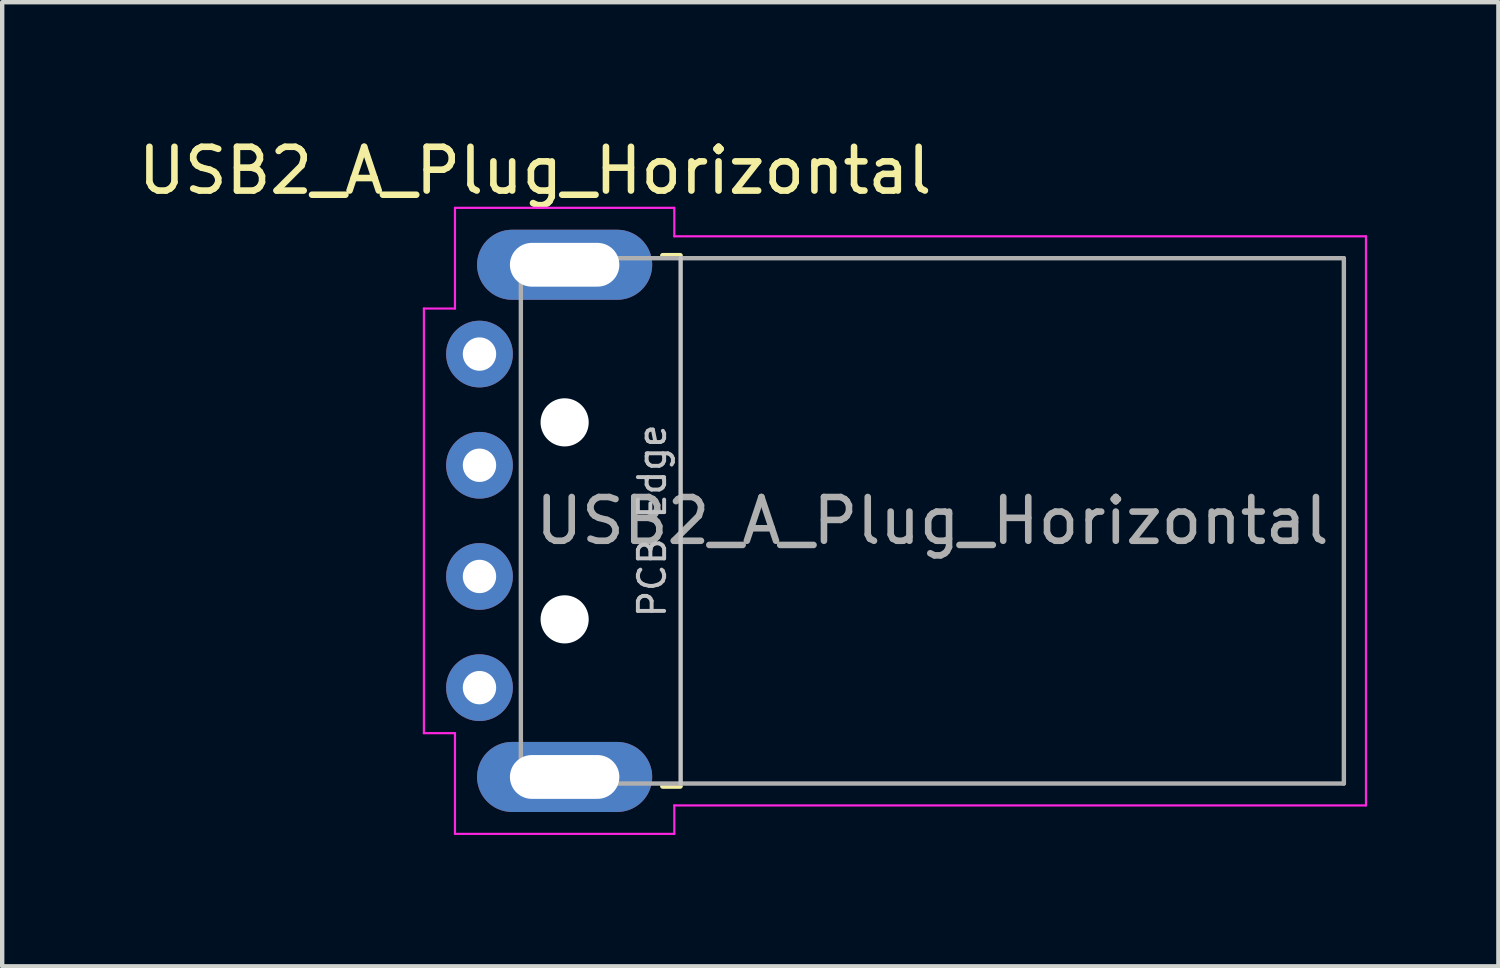
<source format=kicad_pcb>
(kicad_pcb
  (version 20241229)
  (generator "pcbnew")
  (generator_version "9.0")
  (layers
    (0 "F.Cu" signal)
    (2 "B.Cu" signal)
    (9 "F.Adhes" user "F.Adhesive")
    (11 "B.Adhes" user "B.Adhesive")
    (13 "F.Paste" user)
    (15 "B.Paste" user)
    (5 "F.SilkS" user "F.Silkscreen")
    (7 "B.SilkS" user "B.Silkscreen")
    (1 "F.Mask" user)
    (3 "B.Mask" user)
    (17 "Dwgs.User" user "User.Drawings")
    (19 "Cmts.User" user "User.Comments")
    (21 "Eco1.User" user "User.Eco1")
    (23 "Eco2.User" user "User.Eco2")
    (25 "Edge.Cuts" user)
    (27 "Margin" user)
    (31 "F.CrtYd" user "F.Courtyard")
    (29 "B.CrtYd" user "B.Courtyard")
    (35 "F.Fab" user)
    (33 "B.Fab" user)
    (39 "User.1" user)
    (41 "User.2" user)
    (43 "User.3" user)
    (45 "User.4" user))
  (footprint "USB2_A_Plug_Horizontal"
    (layer "F.Cu")
    (at 9.173 8.848)
    (property "Reference" "USB2_A_Plug_Horizontal" (at 0 -8 0) (layer "F.SilkS") (effects (font (size 1 1) (thickness 0.15))))
    (attr smd)
    (fp_line (start 3.315 -6.06) (end 2.915 -6.06) (stroke (width 0.12) (type solid)) (layer "F.SilkS"))
    (fp_line (start 3.315 6.06) (end 2.915 6.06) (stroke (width 0.12) (type solid)) (layer "F.SilkS"))
    (fp_line (start 3.325 6) (end 3.325 -6) (stroke (width 0.1) (type solid)) (layer "Dwgs.User"))
    (fp_line (start -2.54 -4.85) (end -2.54 4.85) (stroke (width 0.05) (type solid)) (layer "F.CrtYd"))
    (fp_line (start -1.83 -7.15) (end -1.83 -4.85) (stroke (width 0.05) (type solid)) (layer "F.CrtYd"))
    (fp_line (start -1.83 -4.85) (end -2.54 -4.85) (stroke (width 0.05) (type solid)) (layer "F.CrtYd"))
    (fp_line (start -1.83 4.85) (end -2.54 4.85) (stroke (width 0.05) (type solid)) (layer "F.CrtYd"))
    (fp_line (start -1.83 7.15) (end -1.83 4.85) (stroke (width 0.05) (type solid)) (layer "F.CrtYd"))
    (fp_line (start 3.18 -7.15) (end -1.83 -7.15) (stroke (width 0.05) (type solid)) (layer "F.CrtYd"))
    (fp_line (start 3.18 -6.5) (end 3.18 -7.15) (stroke (width 0.05) (type solid)) (layer "F.CrtYd"))
    (fp_line (start 3.18 6.5) (end 3.18 7.15) (stroke (width 0.05) (type solid)) (layer "F.CrtYd"))
    (fp_line (start 3.18 7.15) (end -1.83 7.15) (stroke (width 0.05) (type solid)) (layer "F.CrtYd"))
    (fp_line (start 18.98 -6.5) (end 3.18 -6.5) (stroke (width 0.05) (type solid)) (layer "F.CrtYd"))
    (fp_line (start 18.98 6.5) (end 3.18 6.5) (stroke (width 0.05) (type solid)) (layer "F.CrtYd"))
    (fp_line (start 18.98 6.5) (end 18.98 -6.5) (stroke (width 0.05) (type solid)) (layer "F.CrtYd"))
    (fp_line (start -0.325 6) (end -0.325 -6) (stroke (width 0.1) (type solid)) (layer "F.Fab"))
    (fp_line (start 18.475 -6) (end -0.325 -6) (stroke (width 0.1) (type solid)) (layer "F.Fab"))
    (fp_line (start 18.475 6) (end -0.325 6) (stroke (width 0.1) (type solid)) (layer "F.Fab"))
    (fp_line (start 18.475 6) (end 18.475 -6) (stroke (width 0.1) (type solid)) (layer "F.Fab"))
    (fp_text user "PCB Edge" (at 2.675 0 90) (layer "Dwgs.User") (effects (font (size 0.6 0.6) (thickness 0.09))))
    (fp_text user "${REFERENCE}" (at 9.075 0 180) (layer "F.Fab") (effects (font (size 1 1) (thickness 0.15))))
    (pad "" np_thru_hole circle (at 0.675 -2.25 90) (size 1.1 1.1) (drill 1.1) (layers "*.Cu" "*.Mask"))
    (pad "" np_thru_hole circle (at 0.675 2.25 90) (size 1.1 1.1) (drill 1.1) (layers "*.Cu" "*.Mask"))
    (pad "1" thru_hole circle (at -1.27 -3.81) (size 1.524 1.524) (drill 0.762) (layers "*.Cu" "*.Mask"))
    (pad "2" thru_hole circle (at -1.27 -1.27) (size 1.524 1.524) (drill 0.762) (layers "*.Cu" "*.Mask"))
    (pad "3" thru_hole circle (at -1.27 1.27) (size 1.524 1.524) (drill 0.762) (layers "*.Cu" "*.Mask"))
    (pad "4" thru_hole circle (at -1.27 3.81) (size 1.524 1.524) (drill 0.762) (layers "*.Cu" "*.Mask"))
    (pad "5" thru_hole oval (at 0.675 -5.85 90) (size 1.6 4) (drill oval 1 2.5) (layers "*.Cu" "*.Mask"))
    (pad "5" thru_hole oval (at 0.675 5.85 90) (size 1.6 4) (drill oval 1 2.5) (layers "*.Cu" "*.Mask")))
  (gr_rect
    (start -3 -3)
    (end 31.178 19.023)
    (stroke (width 0.1) (type default))
    (fill no)
    (layer "Edge.Cuts")))
</source>
